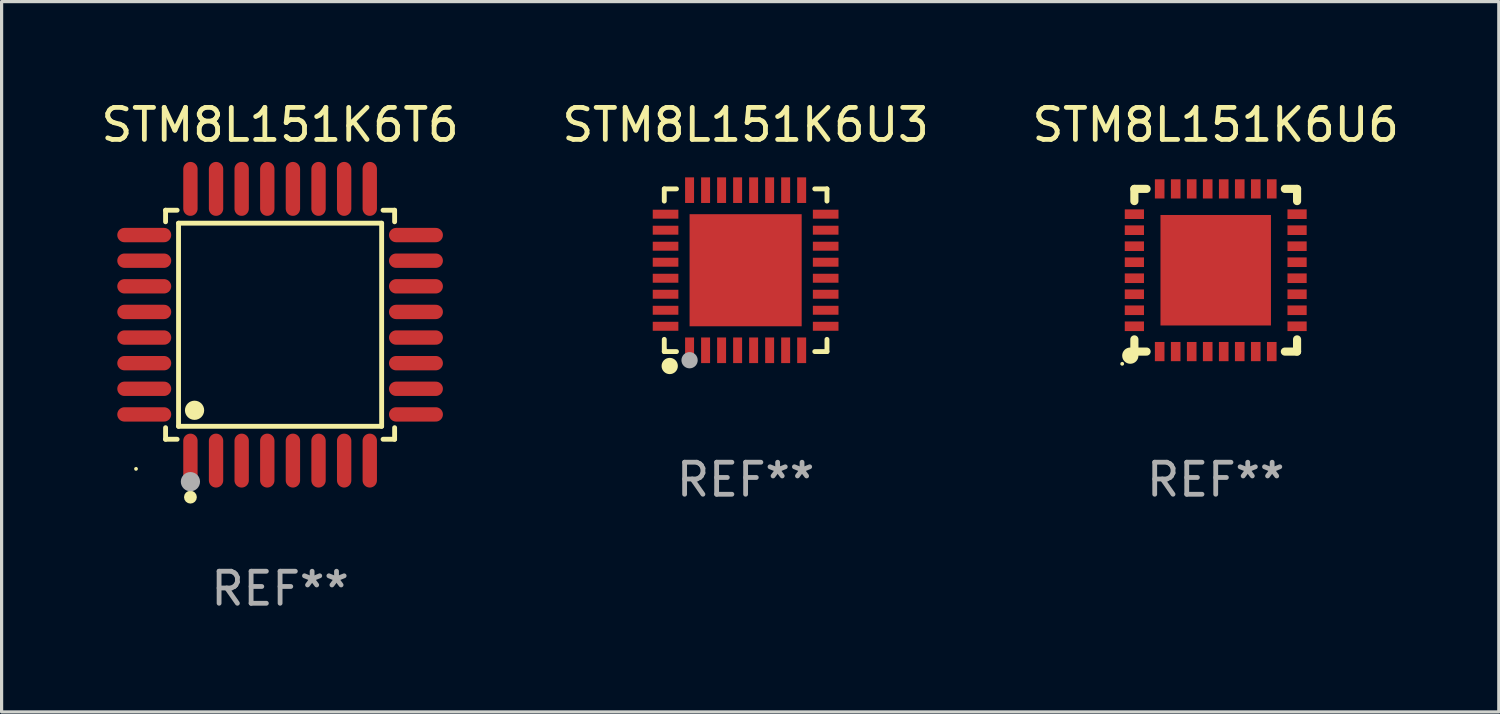
<source format=kicad_pcb>
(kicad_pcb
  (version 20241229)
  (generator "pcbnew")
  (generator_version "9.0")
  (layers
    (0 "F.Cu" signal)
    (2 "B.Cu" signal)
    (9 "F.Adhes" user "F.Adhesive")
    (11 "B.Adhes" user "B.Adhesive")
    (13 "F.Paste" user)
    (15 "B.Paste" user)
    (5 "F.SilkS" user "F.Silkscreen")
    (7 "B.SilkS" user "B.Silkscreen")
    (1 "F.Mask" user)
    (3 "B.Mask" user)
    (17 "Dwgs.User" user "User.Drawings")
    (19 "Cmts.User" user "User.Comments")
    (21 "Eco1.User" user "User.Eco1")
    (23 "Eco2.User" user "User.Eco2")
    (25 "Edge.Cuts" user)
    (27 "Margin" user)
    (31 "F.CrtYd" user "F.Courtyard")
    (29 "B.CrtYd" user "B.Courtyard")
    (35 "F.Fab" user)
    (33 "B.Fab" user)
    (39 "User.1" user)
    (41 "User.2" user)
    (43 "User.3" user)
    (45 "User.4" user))
  (footprint "STM8L151K6U3"
    (layer "F.Cu")
    (at 20.232 5.388)
    (property "Reference" "STM8L151K6U3" (at 0 -4.54 0) (layer "F.SilkS") (effects (font (size 1 1) (thickness 0.15))))
    (attr through_hole)
    (fp_line (start -2.54 -2.54) (end -2.159 -2.54) (stroke (width 0.152) (type solid)) (layer "F.SilkS"))
    (fp_line (start -2.54 -2.159) (end -2.54 -2.54) (stroke (width 0.152) (type solid)) (layer "F.SilkS"))
    (fp_line (start -2.54 2.54) (end -2.54 2.159) (stroke (width 0.152) (type solid)) (layer "F.SilkS"))
    (fp_line (start -2.159 2.54) (end -2.54 2.54) (stroke (width 0.152) (type solid)) (layer "F.SilkS"))
    (fp_line (start 2.159 -2.54) (end 2.54 -2.54) (stroke (width 0.152) (type solid)) (layer "F.SilkS"))
    (fp_line (start 2.54 -2.54) (end 2.54 -2.159) (stroke (width 0.152) (type solid)) (layer "F.SilkS"))
    (fp_line (start 2.54 2.159) (end 2.54 2.54) (stroke (width 0.152) (type solid)) (layer "F.SilkS"))
    (fp_line (start 2.54 2.54) (end 2.159 2.54) (stroke (width 0.152) (type solid)) (layer "F.SilkS"))
    (fp_circle (center -2.5 2.5) (end -2.47 2.5) (stroke (width 0.06) (type solid)) (fill no) (layer "F.SilkS"))
    (fp_circle (center -2.37 2.99) (end -2.243 2.99) (stroke (width 0.254) (type solid)) (fill no) (layer "F.SilkS"))
    (fp_circle (center -1.75 2.81) (end -1.623 2.81) (stroke (width 0.254) (type solid)) (fill no) (layer "F.Fab"))
    (fp_text user "REF**" (at 0 6.54 0) (layer "F.Fab") (effects (font (size 1 1) (thickness 0.15))))
    (pad "1" smd rect (at -1.75 2.5) (size 0.28 0.8) (layers "F.Cu" "F.Mask" "F.Paste"))
    (pad "2" smd rect (at -1.25 2.5) (size 0.28 0.8) (layers "F.Cu" "F.Mask" "F.Paste"))
    (pad "3" smd rect (at -0.75 2.5) (size 0.28 0.8) (layers "F.Cu" "F.Mask" "F.Paste"))
    (pad "4" smd rect (at -0.25 2.5) (size 0.28 0.8) (layers "F.Cu" "F.Mask" "F.Paste"))
    (pad "5" smd rect (at 0.25 2.5) (size 0.28 0.8) (layers "F.Cu" "F.Mask" "F.Paste"))
    (pad "6" smd rect (at 0.75 2.5) (size 0.28 0.8) (layers "F.Cu" "F.Mask" "F.Paste"))
    (pad "7" smd rect (at 1.25 2.5) (size 0.28 0.8) (layers "F.Cu" "F.Mask" "F.Paste"))
    (pad "8" smd rect (at 1.75 2.5) (size 0.28 0.8) (layers "F.Cu" "F.Mask" "F.Paste"))
    (pad "9" smd rect (at 2.5 1.75) (size 0.8 0.28) (layers "F.Cu" "F.Mask" "F.Paste"))
    (pad "10" smd rect (at 2.5 1.25) (size 0.8 0.28) (layers "F.Cu" "F.Mask" "F.Paste"))
    (pad "11" smd rect (at 2.5 0.75) (size 0.8 0.28) (layers "F.Cu" "F.Mask" "F.Paste"))
    (pad "12" smd rect (at 2.5 0.25) (size 0.8 0.28) (layers "F.Cu" "F.Mask" "F.Paste"))
    (pad "13" smd rect (at 2.5 -0.25) (size 0.8 0.28) (layers "F.Cu" "F.Mask" "F.Paste"))
    (pad "14" smd rect (at 2.5 -0.75) (size 0.8 0.28) (layers "F.Cu" "F.Mask" "F.Paste"))
    (pad "15" smd rect (at 2.5 -1.25) (size 0.8 0.28) (layers "F.Cu" "F.Mask" "F.Paste"))
    (pad "16" smd rect (at 2.5 -1.75) (size 0.8 0.28) (layers "F.Cu" "F.Mask" "F.Paste"))
    (pad "17" smd rect (at 1.75 -2.5) (size 0.28 0.8) (layers "F.Cu" "F.Mask" "F.Paste"))
    (pad "18" smd rect (at 1.25 -2.5) (size 0.28 0.8) (layers "F.Cu" "F.Mask" "F.Paste"))
    (pad "19" smd rect (at 0.75 -2.5) (size 0.28 0.8) (layers "F.Cu" "F.Mask" "F.Paste"))
    (pad "20" smd rect (at 0.25 -2.5) (size 0.28 0.8) (layers "F.Cu" "F.Mask" "F.Paste"))
    (pad "21" smd rect (at -0.25 -2.5) (size 0.28 0.8) (layers "F.Cu" "F.Mask" "F.Paste"))
    (pad "22" smd rect (at -0.75 -2.5) (size 0.28 0.8) (layers "F.Cu" "F.Mask" "F.Paste"))
    (pad "23" smd rect (at -1.25 -2.5) (size 0.28 0.8) (layers "F.Cu" "F.Mask" "F.Paste"))
    (pad "24" smd rect (at -1.75 -2.5) (size 0.28 0.8) (layers "F.Cu" "F.Mask" "F.Paste"))
    (pad "25" smd rect (at -2.5 -1.75) (size 0.8 0.28) (layers "F.Cu" "F.Mask" "F.Paste"))
    (pad "26" smd rect (at -2.5 -1.25) (size 0.8 0.28) (layers "F.Cu" "F.Mask" "F.Paste"))
    (pad "27" smd rect (at -2.5 -0.75) (size 0.8 0.28) (layers "F.Cu" "F.Mask" "F.Paste"))
    (pad "28" smd rect (at -2.5 -0.25) (size 0.8 0.28) (layers "F.Cu" "F.Mask" "F.Paste"))
    (pad "29" smd rect (at -2.5 0.25) (size 0.8 0.28) (layers "F.Cu" "F.Mask" "F.Paste"))
    (pad "30" smd rect (at -2.5 0.75) (size 0.8 0.28) (layers "F.Cu" "F.Mask" "F.Paste"))
    (pad "31" smd rect (at -2.5 1.25) (size 0.8 0.28) (layers "F.Cu" "F.Mask" "F.Paste"))
    (pad "32" smd rect (at -2.5 1.75) (size 0.8 0.28) (layers "F.Cu" "F.Mask" "F.Paste"))
    (pad "33" smd rect (at 0.000127 0.000127) (size 3.5 3.5) (layers "F.Cu" "F.Mask" "F.Paste")))
  (footprint "STM8L151K6U6"
    (layer "F.Cu")
    (at 34.911 5.388)
    (property "Reference" "STM8L151K6U6" (at 0 -4.54 0) (layer "F.SilkS") (effects (font (size 1 1) (thickness 0.15))))
    (attr through_hole)
    (fp_line (start -2.54 -2.54) (end -2.159 -2.54) (stroke (width 0.254) (type solid)) (layer "F.SilkS"))
    (fp_line (start -2.54 -2.159) (end -2.54 -2.54) (stroke (width 0.254) (type solid)) (layer "F.SilkS"))
    (fp_line (start -2.54 2.54) (end -2.54 2.159) (stroke (width 0.254) (type solid)) (layer "F.SilkS"))
    (fp_line (start -2.159 2.54) (end -2.54 2.54) (stroke (width 0.254) (type solid)) (layer "F.SilkS"))
    (fp_line (start 2.159 -2.54) (end 2.54 -2.54) (stroke (width 0.254) (type solid)) (layer "F.SilkS"))
    (fp_line (start 2.54 -2.54) (end 2.54 -2.159) (stroke (width 0.254) (type solid)) (layer "F.SilkS"))
    (fp_line (start 2.54 2.159) (end 2.54 2.54) (stroke (width 0.254) (type solid)) (layer "F.SilkS"))
    (fp_line (start 2.54 2.54) (end 2.159 2.54) (stroke (width 0.254) (type solid)) (layer "F.SilkS"))
    (fp_circle (center -2.921 2.921) (end -2.891 2.921) (stroke (width 0.06) (type solid)) (fill no) (layer "F.SilkS"))
    (fp_circle (center -2.667 2.667) (end -2.54 2.667) (stroke (width 0.254) (type solid)) (fill no) (layer "F.SilkS"))
    (fp_text user "REF**" (at 0 6.54 0) (layer "F.Fab") (effects (font (size 1 1) (thickness 0.15))))
    (pad "1" smd rect (at -1.75 2.54 90) (size 0.6 0.3) (layers "F.Cu" "F.Mask" "F.Paste"))
    (pad "2" smd rect (at -1.25 2.54 90) (size 0.6 0.3) (layers "F.Cu" "F.Mask" "F.Paste"))
    (pad "3" smd rect (at -0.75 2.54 90) (size 0.6 0.3) (layers "F.Cu" "F.Mask" "F.Paste"))
    (pad "4" smd rect (at -0.25 2.54 90) (size 0.6 0.3) (layers "F.Cu" "F.Mask" "F.Paste"))
    (pad "5" smd rect (at 0.25 2.54 90) (size 0.6 0.3) (layers "F.Cu" "F.Mask" "F.Paste"))
    (pad "6" smd rect (at 0.75 2.54 90) (size 0.6 0.3) (layers "F.Cu" "F.Mask" "F.Paste"))
    (pad "7" smd rect (at 1.25 2.54 90) (size 0.6 0.3) (layers "F.Cu" "F.Mask" "F.Paste"))
    (pad "8" smd rect (at 1.75 2.54 90) (size 0.6 0.3) (layers "F.Cu" "F.Mask" "F.Paste"))
    (pad "9" smd rect (at 2.54 1.75 180) (size 0.6 0.3) (layers "F.Cu" "F.Mask" "F.Paste"))
    (pad "10" smd rect (at 2.54 1.25 180) (size 0.6 0.3) (layers "F.Cu" "F.Mask" "F.Paste"))
    (pad "11" smd rect (at 2.54 0.75 180) (size 0.6 0.3) (layers "F.Cu" "F.Mask" "F.Paste"))
    (pad "12" smd rect (at 2.54 0.25 180) (size 0.6 0.3) (layers "F.Cu" "F.Mask" "F.Paste"))
    (pad "13" smd rect (at 2.54 -0.25 180) (size 0.6 0.3) (layers "F.Cu" "F.Mask" "F.Paste"))
    (pad "14" smd rect (at 2.54 -0.75 180) (size 0.6 0.3) (layers "F.Cu" "F.Mask" "F.Paste"))
    (pad "15" smd rect (at 2.54 -1.25 180) (size 0.6 0.3) (layers "F.Cu" "F.Mask" "F.Paste"))
    (pad "16" smd rect (at 2.54 -1.75 180) (size 0.6 0.3) (layers "F.Cu" "F.Mask" "F.Paste"))
    (pad "17" smd rect (at 1.75 -2.54 270) (size 0.6 0.3) (layers "F.Cu" "F.Mask" "F.Paste"))
    (pad "18" smd rect (at 1.25 -2.54 270) (size 0.6 0.3) (layers "F.Cu" "F.Mask" "F.Paste"))
    (pad "19" smd rect (at 0.75 -2.54 270) (size 0.6 0.3) (layers "F.Cu" "F.Mask" "F.Paste"))
    (pad "20" smd rect (at 0.25 -2.54 270) (size 0.6 0.3) (layers "F.Cu" "F.Mask" "F.Paste"))
    (pad "21" smd rect (at -0.25 -2.54 270) (size 0.6 0.3) (layers "F.Cu" "F.Mask" "F.Paste"))
    (pad "22" smd rect (at -0.75 -2.54 270) (size 0.6 0.3) (layers "F.Cu" "F.Mask" "F.Paste"))
    (pad "23" smd rect (at -1.25 -2.54 270) (size 0.6 0.3) (layers "F.Cu" "F.Mask" "F.Paste"))
    (pad "24" smd rect (at -1.75 -2.54 270) (size 0.6 0.3) (layers "F.Cu" "F.Mask" "F.Paste"))
    (pad "25" smd rect (at -2.54 -1.75) (size 0.6 0.3) (layers "F.Cu" "F.Mask" "F.Paste"))
    (pad "26" smd rect (at -2.54 -1.25) (size 0.6 0.3) (layers "F.Cu" "F.Mask" "F.Paste"))
    (pad "27" smd rect (at -2.54 -0.75) (size 0.6 0.3) (layers "F.Cu" "F.Mask" "F.Paste"))
    (pad "28" smd rect (at -2.54 -0.25) (size 0.6 0.3) (layers "F.Cu" "F.Mask" "F.Paste"))
    (pad "29" smd rect (at -2.54 0.25) (size 0.6 0.3) (layers "F.Cu" "F.Mask" "F.Paste"))
    (pad "30" smd rect (at -2.54 0.75) (size 0.6 0.3) (layers "F.Cu" "F.Mask" "F.Paste"))
    (pad "31" smd rect (at -2.54 1.25) (size 0.6 0.3) (layers "F.Cu" "F.Mask" "F.Paste"))
    (pad "32" smd rect (at -2.54 1.75) (size 0.6 0.3) (layers "F.Cu" "F.Mask" "F.Paste"))
    (pad "33" smd rect (at 0 0) (size 3.45 3.45) (layers "F.Cu" "F.Mask" "F.Paste")))
  (footprint "STM8L151K6T6"
    (layer "F.Cu")
    (at 5.696 7.09)
    (property "Reference" "STM8L151K6T6" (at 0 -6.242 0) (layer "F.SilkS") (effects (font (size 1 1) (thickness 0.15))))
    (attr through_hole)
    (fp_line (start -3.576 -3.576) (end -3.215 -3.576) (stroke (width 0.152) (type solid)) (layer "F.SilkS"))
    (fp_line (start -3.576 -3.215) (end -3.576 -3.576) (stroke (width 0.152) (type solid)) (layer "F.SilkS"))
    (fp_line (start -3.576 3.215) (end -3.576 3.576) (stroke (width 0.152) (type solid)) (layer "F.SilkS"))
    (fp_line (start -3.576 3.576) (end -3.215 3.576) (stroke (width 0.152) (type solid)) (layer "F.SilkS"))
    (fp_line (start -3.171 -3.171) (end 3.171 -3.171) (stroke (width 0.152) (type solid)) (layer "F.SilkS"))
    (fp_line (start -3.171 3.171) (end -3.171 -3.171) (stroke (width 0.152) (type solid)) (layer "F.SilkS"))
    (fp_line (start 3.171 -3.171) (end 3.171 3.171) (stroke (width 0.152) (type solid)) (layer "F.SilkS"))
    (fp_line (start 3.171 3.171) (end -3.171 3.171) (stroke (width 0.152) (type solid)) (layer "F.SilkS"))
    (fp_line (start 3.576 -3.576) (end 3.215 -3.576) (stroke (width 0.152) (type solid)) (layer "F.SilkS"))
    (fp_line (start 3.576 -3.215) (end 3.576 -3.576) (stroke (width 0.152) (type solid)) (layer "F.SilkS"))
    (fp_line (start 3.576 3.215) (end 3.576 3.576) (stroke (width 0.152) (type solid)) (layer "F.SilkS"))
    (fp_line (start 3.576 3.576) (end 3.215 3.576) (stroke (width 0.152) (type solid)) (layer "F.SilkS"))
    (fp_circle (center -4.5 4.5) (end -4.47 4.5) (stroke (width 0.06) (type solid)) (fill no) (layer "F.SilkS"))
    (fp_circle (center -2.8 5.384) (end -2.7 5.384) (stroke (width 0.2) (type solid)) (fill no) (layer "F.SilkS"))
    (fp_circle (center -2.671 2.671) (end -2.521 2.671) (stroke (width 0.3) (type solid)) (fill no) (layer "F.SilkS"))
    (fp_circle (center -2.8 4.9) (end -2.65 4.9) (stroke (width 0.3) (type solid)) (fill no) (layer "F.Fab"))
    (fp_text user "REF**" (at 0 8.242 0) (layer "F.Fab") (effects (font (size 1 1) (thickness 0.15))))
    (pad "1" smd oval (at -2.8 4.242) (size 0.448 1.684) (layers "F.Cu" "F.Mask" "F.Paste"))
    (pad "2" smd oval (at -2 4.242) (size 0.448 1.684) (layers "F.Cu" "F.Mask" "F.Paste"))
    (pad "3" smd oval (at -1.2 4.242) (size 0.448 1.684) (layers "F.Cu" "F.Mask" "F.Paste"))
    (pad "4" smd oval (at -0.4 4.242) (size 0.448 1.684) (layers "F.Cu" "F.Mask" "F.Paste"))
    (pad "5" smd oval (at 0.4 4.242) (size 0.448 1.684) (layers "F.Cu" "F.Mask" "F.Paste"))
    (pad "6" smd oval (at 1.2 4.242) (size 0.448 1.684) (layers "F.Cu" "F.Mask" "F.Paste"))
    (pad "7" smd oval (at 2 4.242) (size 0.448 1.684) (layers "F.Cu" "F.Mask" "F.Paste"))
    (pad "8" smd oval (at 2.8 4.242) (size 0.448 1.684) (layers "F.Cu" "F.Mask" "F.Paste"))
    (pad "9" smd oval (at 4.242 2.8) (size 1.684 0.448) (layers "F.Cu" "F.Mask" "F.Paste"))
    (pad "10" smd oval (at 4.242 2) (size 1.684 0.448) (layers "F.Cu" "F.Mask" "F.Paste"))
    (pad "11" smd oval (at 4.242 1.2) (size 1.684 0.448) (layers "F.Cu" "F.Mask" "F.Paste"))
    (pad "12" smd oval (at 4.242 0.4) (size 1.684 0.448) (layers "F.Cu" "F.Mask" "F.Paste"))
    (pad "13" smd oval (at 4.242 -0.4) (size 1.684 0.448) (layers "F.Cu" "F.Mask" "F.Paste"))
    (pad "14" smd oval (at 4.242 -1.2) (size 1.684 0.448) (layers "F.Cu" "F.Mask" "F.Paste"))
    (pad "15" smd oval (at 4.242 -2) (size 1.684 0.448) (layers "F.Cu" "F.Mask" "F.Paste"))
    (pad "16" smd oval (at 4.242 -2.8) (size 1.684 0.448) (layers "F.Cu" "F.Mask" "F.Paste"))
    (pad "17" smd oval (at 2.8 -4.242) (size 0.448 1.684) (layers "F.Cu" "F.Mask" "F.Paste"))
    (pad "18" smd oval (at 2 -4.242) (size 0.448 1.684) (layers "F.Cu" "F.Mask" "F.Paste"))
    (pad "19" smd oval (at 1.2 -4.242) (size 0.448 1.684) (layers "F.Cu" "F.Mask" "F.Paste"))
    (pad "20" smd oval (at 0.4 -4.242) (size 0.448 1.684) (layers "F.Cu" "F.Mask" "F.Paste"))
    (pad "21" smd oval (at -0.4 -4.242) (size 0.448 1.684) (layers "F.Cu" "F.Mask" "F.Paste"))
    (pad "22" smd oval (at -1.2 -4.242) (size 0.448 1.684) (layers "F.Cu" "F.Mask" "F.Paste"))
    (pad "23" smd oval (at -2 -4.242) (size 0.448 1.684) (layers "F.Cu" "F.Mask" "F.Paste"))
    (pad "24" smd oval (at -2.8 -4.242) (size 0.448 1.684) (layers "F.Cu" "F.Mask" "F.Paste"))
    (pad "25" smd oval (at -4.242 -2.8) (size 1.684 0.448) (layers "F.Cu" "F.Mask" "F.Paste"))
    (pad "26" smd oval (at -4.242 -2) (size 1.684 0.448) (layers "F.Cu" "F.Mask" "F.Paste"))
    (pad "27" smd oval (at -4.242 -1.2) (size 1.684 0.448) (layers "F.Cu" "F.Mask" "F.Paste"))
    (pad "28" smd oval (at -4.242 -0.4) (size 1.684 0.448) (layers "F.Cu" "F.Mask" "F.Paste"))
    (pad "29" smd oval (at -4.242 0.4) (size 1.684 0.448) (layers "F.Cu" "F.Mask" "F.Paste"))
    (pad "30" smd oval (at -4.242 1.2) (size 1.684 0.448) (layers "F.Cu" "F.Mask" "F.Paste"))
    (pad "31" smd oval (at -4.242 2) (size 1.684 0.448) (layers "F.Cu" "F.Mask" "F.Paste"))
    (pad "32" smd oval (at -4.242 2.8) (size 1.684 0.448) (layers "F.Cu" "F.Mask" "F.Paste")))
  (gr_rect
    (start -3 -3)
    (end 43.75 19.181)
    (stroke (width 0.1) (type default))
    (fill no)
    (layer "Edge.Cuts")))
</source>
